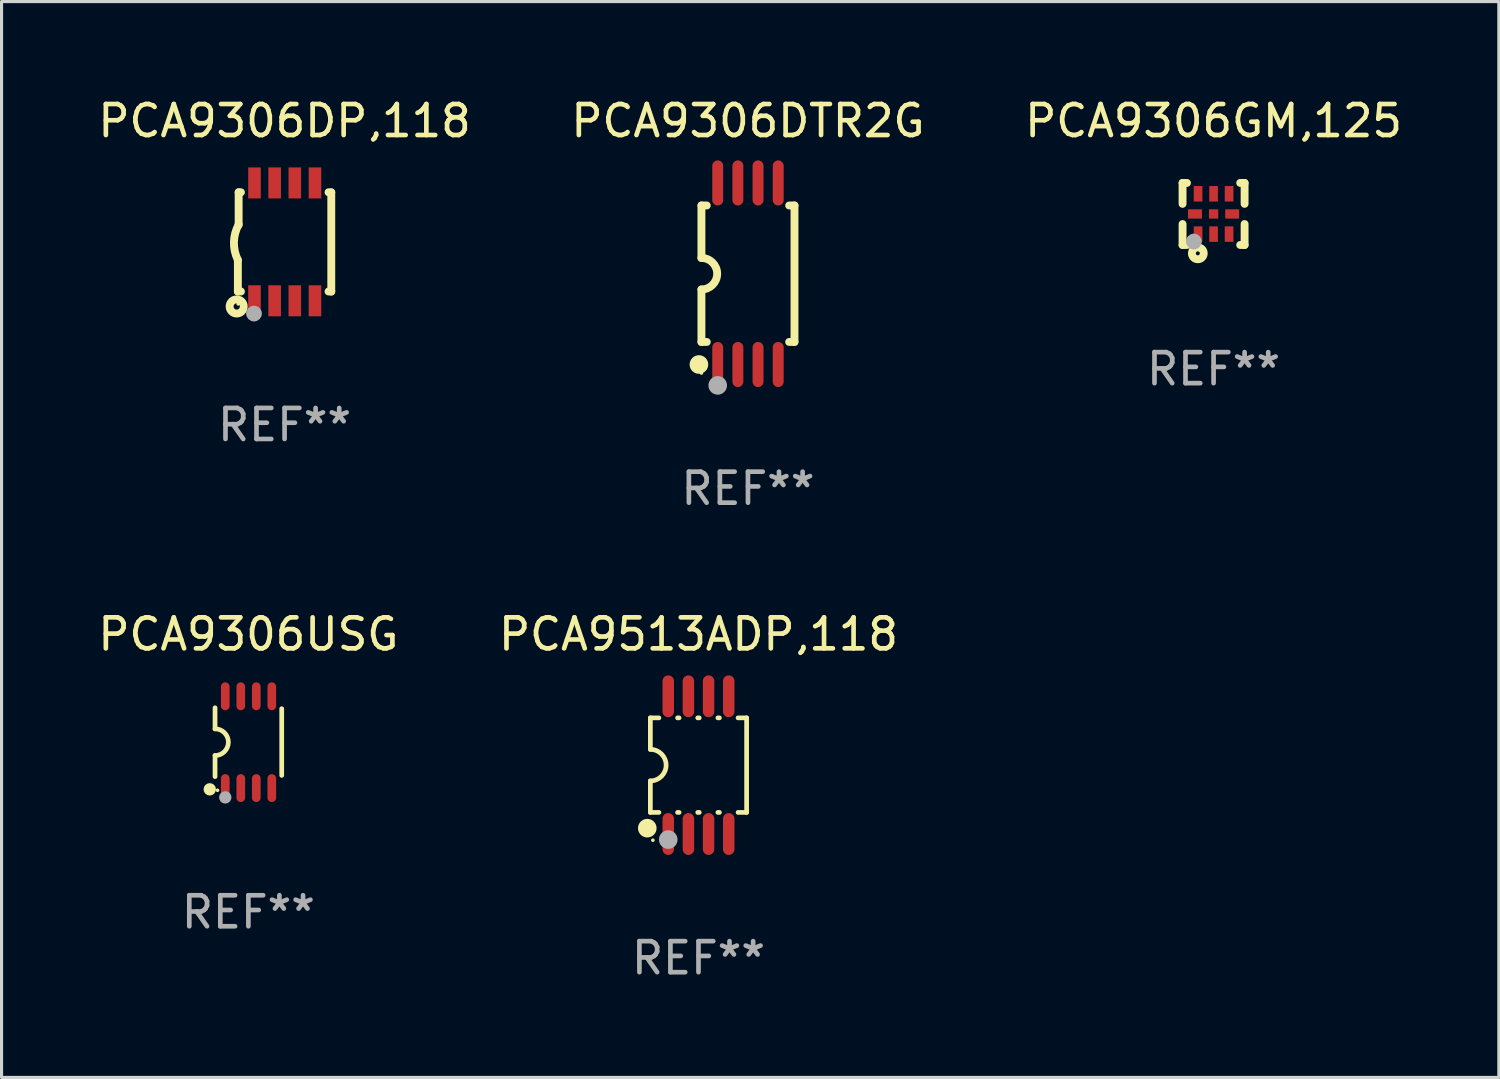
<source format=kicad_pcb>
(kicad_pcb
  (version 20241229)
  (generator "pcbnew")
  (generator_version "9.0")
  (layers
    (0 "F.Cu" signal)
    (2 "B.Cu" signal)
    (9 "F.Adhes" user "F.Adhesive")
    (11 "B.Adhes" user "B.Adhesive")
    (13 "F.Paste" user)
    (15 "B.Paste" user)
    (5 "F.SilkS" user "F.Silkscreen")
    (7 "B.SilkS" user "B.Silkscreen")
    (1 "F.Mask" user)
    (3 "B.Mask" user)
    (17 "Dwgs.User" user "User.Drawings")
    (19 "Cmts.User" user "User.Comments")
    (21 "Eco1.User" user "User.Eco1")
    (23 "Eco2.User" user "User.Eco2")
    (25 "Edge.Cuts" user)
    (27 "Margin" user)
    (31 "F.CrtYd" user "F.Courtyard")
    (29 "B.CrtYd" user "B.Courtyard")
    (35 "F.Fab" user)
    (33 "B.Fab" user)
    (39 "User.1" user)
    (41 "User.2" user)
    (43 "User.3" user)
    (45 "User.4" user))
  (footprint "PCA9306GM,125"
    (layer "F.Cu")
    (at 36.077 3.848)
    (property "Reference" "PCA9306GM,125" (at 0 -3 0) (layer "F.SilkS") (effects (font (size 1 1) (thickness 0.15))))
    (attr through_hole)
    (fp_line (start -1 -1) (end -0.858 -1) (stroke (width 0.254) (type solid)) (layer "F.SilkS"))
    (fp_line (start -1 -0.325) (end -1 -1) (stroke (width 0.254) (type solid)) (layer "F.SilkS"))
    (fp_line (start -1 1) (end -1 0.325) (stroke (width 0.254) (type solid)) (layer "F.SilkS"))
    (fp_line (start -0.858 1) (end -1 1) (stroke (width 0.254) (type solid)) (layer "F.SilkS"))
    (fp_line (start 0.858 -1) (end 1 -1) (stroke (width 0.254) (type solid)) (layer "F.SilkS"))
    (fp_line (start 1 -1) (end 1 -0.325) (stroke (width 0.254) (type solid)) (layer "F.SilkS"))
    (fp_line (start 1 0.325) (end 1 1) (stroke (width 0.254) (type solid)) (layer "F.SilkS"))
    (fp_line (start 1 1) (end 0.858 1) (stroke (width 0.254) (type solid)) (layer "F.SilkS"))
    (fp_circle (center -0.8 0.8) (end -0.77 0.8) (stroke (width 0.06) (type solid)) (fill no) (layer "F.SilkS"))
    (fp_circle (center -0.508 1.27) (end -0.444 1.27) (stroke (width 0.254) (type solid)) (fill no) (layer "F.SilkS"))
    (fp_circle (center -0.635 0.889) (end -0.508 0.889) (stroke (width 0.254) (type solid)) (fill no) (layer "F.Fab"))
    (fp_text user "REF**" (at 0 5 0) (layer "F.Fab") (effects (font (size 1 1) (thickness 0.15))))
    (pad "1" smd rect (at -0.5 0.65 90) (size 0.5 0.28) (layers "F.Cu" "F.Mask" "F.Paste"))
    (pad "2" smd rect (at 0.000013 0.65 90) (size 0.5 0.28) (layers "F.Cu" "F.Mask" "F.Paste"))
    (pad "3" smd rect (at 0.5 0.65 90) (size 0.5 0.28) (layers "F.Cu" "F.Mask" "F.Paste"))
    (pad "4" smd rect (at 0.6 0.000076 180) (size 0.45 0.3) (layers "F.Cu" "F.Mask" "F.Paste"))
    (pad "5" smd rect (at 0.5 -0.65 90) (size 0.5 0.28) (layers "F.Cu" "F.Mask" "F.Paste"))
    (pad "6" smd rect (at 0.000013 -0.65 90) (size 0.5 0.28) (layers "F.Cu" "F.Mask" "F.Paste"))
    (pad "7" smd rect (at -0.5 -0.65 90) (size 0.5 0.28) (layers "F.Cu" "F.Mask" "F.Paste"))
    (pad "8" smd rect (at -0.6 0.000076 180) (size 0.45 0.3) (layers "F.Cu" "F.Mask" "F.Paste"))
    (pad "9" smd rect (at 0.000013 0.000076 180) (size 0.3 0.3) (layers "F.Cu" "F.Mask" "F.Paste")))
  (footprint "PCA9306DP,118"
    (layer "F.Cu")
    (at 6.125 4.748)
    (property "Reference" "PCA9306DP,118" (at 0 -3.9 0) (layer "F.SilkS") (effects (font (size 1 1) (thickness 0.15))))
    (attr through_hole)
    (fp_line (start -1.506 1.6) (end -1.506 0.584) (stroke (width 0.254) (type solid)) (layer "F.SilkS"))
    (fp_line (start -1.506 1.6) (end -1.407 1.6) (stroke (width 0.254) (type solid)) (layer "F.SilkS"))
    (fp_line (start -1.481 -1.599) (end -1.481 -0.549) (stroke (width 0.254) (type solid)) (layer "F.SilkS"))
    (fp_line (start -1.481 -1.599) (end -1.407 -1.599) (stroke (width 0.254) (type solid)) (layer "F.SilkS"))
    (fp_line (start 1.417 -1.599) (end 1.506 -1.599) (stroke (width 0.254) (type solid)) (layer "F.SilkS"))
    (fp_line (start 1.417 1.6) (end 1.506 1.6) (stroke (width 0.254) (type solid)) (layer "F.SilkS"))
    (fp_line (start 1.506 1.603) (end 1.506 -1.595) (stroke (width 0.254) (type solid)) (layer "F.SilkS"))
    (fp_arc (start -1.506223 0.584328) (mid -1.632455 0.00974) (end -1.480823 -0.558674) (stroke (width 0.254001) (type solid)) (layer "F.SilkS"))
    (fp_circle (center -1.544 2.083) (end -1.443 2.083) (stroke (width 0.254) (type solid)) (fill no) (layer "F.SilkS"))
    (fp_circle (center -1.495 2) (end -1.465 2) (stroke (width 0.06) (type solid)) (fill no) (layer "F.SilkS"))
    (fp_circle (center -0.986 2.312) (end -0.859 2.312) (stroke (width 0.254) (type solid)) (fill no) (layer "F.Fab"))
    (fp_text user "REF**" (at 0 5.9 0) (layer "F.Fab") (effects (font (size 1 1) (thickness 0.15))))
    (pad "1" smd rect (at -0.97 1.9 90) (size 1 0.406) (layers "F.Cu" "F.Mask" "F.Paste"))
    (pad "2" smd rect (at -0.32 1.9 90) (size 1 0.406) (layers "F.Cu" "F.Mask" "F.Paste"))
    (pad "3" smd rect (at 0.33 1.9 90) (size 1 0.406) (layers "F.Cu" "F.Mask" "F.Paste"))
    (pad "4" smd rect (at 0.98 1.9 90) (size 1 0.406) (layers "F.Cu" "F.Mask" "F.Paste"))
    (pad "5" smd rect (at 0.98 -1.9 90) (size 1 0.406) (layers "F.Cu" "F.Mask" "F.Paste"))
    (pad "6" smd rect (at 0.33 -1.9 90) (size 1 0.406) (layers "F.Cu" "F.Mask" "F.Paste"))
    (pad "7" smd rect (at -0.32 -1.9 90) (size 1 0.406) (layers "F.Cu" "F.Mask" "F.Paste"))
    (pad "8" smd rect (at -0.97 -1.9 90) (size 1 0.406) (layers "F.Cu" "F.Mask" "F.Paste")))
  (footprint "PCA9306USG"
    (layer "F.Cu")
    (at 4.958 20.879)
    (property "Reference" "PCA9306USG" (at 0 -3.48 0) (layer "F.SilkS") (effects (font (size 1 1) (thickness 0.15))))
    (attr through_hole)
    (fp_line (start -1.075 -1.11) (end -1.075 -0.43) (stroke (width 0.152) (type solid)) (layer "F.SilkS"))
    (fp_line (start -1.075 1.11) (end -1.075 0.43) (stroke (width 0.152) (type solid)) (layer "F.SilkS"))
    (fp_line (start 1.075 -1.08) (end 1.075 1.07) (stroke (width 0.152) (type solid)) (layer "F.SilkS"))
    (fp_arc (start -1.075272 -0.430531) (mid -0.645021 -0.000431) (end -1.074994 0.429947) (stroke (width 0.151994) (type solid)) (layer "F.SilkS"))
    (fp_circle (center -1.245 1.52) (end -1.145 1.52) (stroke (width 0.2) (type solid)) (fill no) (layer "F.SilkS"))
    (fp_circle (center -0.995 1.55) (end -0.965 1.55) (stroke (width 0.06) (type solid)) (fill no) (layer "F.SilkS"))
    (fp_circle (center -0.745 1.78) (end -0.645 1.78) (stroke (width 0.2) (type solid)) (fill no) (layer "F.Fab"))
    (fp_text user "REF**" (at 0 5.48 0) (layer "F.Fab") (effects (font (size 1 1) (thickness 0.15))))
    (pad "1" smd oval (at -0.745 1.48) (size 0.28 0.9) (layers "F.Cu" "F.Mask" "F.Paste"))
    (pad "2" smd oval (at -0.245 1.48) (size 0.28 0.9) (layers "F.Cu" "F.Mask" "F.Paste"))
    (pad "3" smd oval (at 0.255 1.48) (size 0.28 0.9) (layers "F.Cu" "F.Mask" "F.Paste"))
    (pad "4" smd oval (at 0.755 1.48) (size 0.28 0.9) (layers "F.Cu" "F.Mask" "F.Paste"))
    (pad "5" smd oval (at 0.755 -1.48) (size 0.28 0.9) (layers "F.Cu" "F.Mask" "F.Paste"))
    (pad "6" smd oval (at 0.255 -1.48) (size 0.28 0.9) (layers "F.Cu" "F.Mask" "F.Paste"))
    (pad "7" smd oval (at -0.245 -1.48) (size 0.28 0.9) (layers "F.Cu" "F.Mask" "F.Paste"))
    (pad "8" smd oval (at -0.745 -1.48) (size 0.28 0.9) (layers "F.Cu" "F.Mask" "F.Paste")))
  (footprint "PCA9513ADP,118"
    (layer "F.Cu")
    (at 19.47 21.619)
    (property "Reference" "PCA9513ADP,118" (at 0 -4.22 0) (layer "F.SilkS") (effects (font (size 1 1) (thickness 0.15))))
    (attr through_hole)
    (fp_line (start -1.552 -1.524) (end -1.276 -1.524) (stroke (width 0.152) (type solid)) (layer "F.SilkS"))
    (fp_line (start -1.552 -0.508) (end -1.552 -1.524) (stroke (width 0.152) (type solid)) (layer "F.SilkS"))
    (fp_line (start -1.552 1.524) (end -1.552 0.508) (stroke (width 0.152) (type solid)) (layer "F.SilkS"))
    (fp_line (start -1.552 1.524) (end -1.276 1.524) (stroke (width 0.152) (type solid)) (layer "F.SilkS"))
    (fp_line (start -0.674 -1.524) (end -0.626 -1.524) (stroke (width 0.152) (type solid)) (layer "F.SilkS"))
    (fp_line (start -0.674 1.524) (end -0.626 1.524) (stroke (width 0.152) (type solid)) (layer "F.SilkS"))
    (fp_line (start -0.024 -1.524) (end 0.024 -1.524) (stroke (width 0.152) (type solid)) (layer "F.SilkS"))
    (fp_line (start -0.024 1.524) (end 0.024 1.524) (stroke (width 0.152) (type solid)) (layer "F.SilkS"))
    (fp_line (start 0.626 -1.524) (end 0.674 -1.524) (stroke (width 0.152) (type solid)) (layer "F.SilkS"))
    (fp_line (start 0.626 1.524) (end 0.674 1.524) (stroke (width 0.152) (type solid)) (layer "F.SilkS"))
    (fp_line (start 1.276 1.524) (end 1.552 1.524) (stroke (width 0.152) (type solid)) (layer "F.SilkS"))
    (fp_line (start 1.276 -1.524) (end 1.552 -1.524) (stroke (width 0.152) (type solid)) (layer "F.SilkS"))
    (fp_line (start 1.552 -1.524) (end 1.552 1.524) (stroke (width 0.152) (type solid)) (layer "F.SilkS"))
    (fp_arc (start -1.551943 -0.508001) (mid -1.043942 0) (end -1.551943 0.508001) (stroke (width 0.151994) (type solid)) (layer "F.SilkS"))
    (fp_circle (center -1.651 2.032) (end -1.501 2.032) (stroke (width 0.3) (type solid)) (fill no) (layer "F.SilkS"))
    (fp_circle (center -1.47 2.42) (end -1.44 2.42) (stroke (width 0.06) (type solid)) (fill no) (layer "F.SilkS"))
    (fp_circle (center -0.975 2.4) (end -0.825 2.4) (stroke (width 0.3) (type solid)) (fill no) (layer "F.Fab"))
    (fp_text user "REF**" (at 0 6.22 0) (layer "F.Fab") (effects (font (size 1 1) (thickness 0.15))))
    (pad "1" smd oval (at -0.975 2.22) (size 0.37 1.35) (layers "F.Cu" "F.Mask" "F.Paste"))
    (pad "2" smd oval (at -0.325 2.22) (size 0.37 1.35) (layers "F.Cu" "F.Mask" "F.Paste"))
    (pad "3" smd oval (at 0.325 2.22) (size 0.37 1.35) (layers "F.Cu" "F.Mask" "F.Paste"))
    (pad "4" smd oval (at 0.975 2.22) (size 0.37 1.35) (layers "F.Cu" "F.Mask" "F.Paste"))
    (pad "5" smd oval (at 0.975 -2.22) (size 0.37 1.35) (layers "F.Cu" "F.Mask" "F.Paste"))
    (pad "6" smd oval (at 0.325 -2.22) (size 0.37 1.35) (layers "F.Cu" "F.Mask" "F.Paste"))
    (pad "7" smd oval (at -0.325 -2.22) (size 0.37 1.35) (layers "F.Cu" "F.Mask" "F.Paste"))
    (pad "8" smd oval (at -0.975 -2.22) (size 0.37 1.35) (layers "F.Cu" "F.Mask" "F.Paste")))
  (footprint "PCA9306DTR2G"
    (layer "F.Cu")
    (at 21.065 5.775)
    (property "Reference" "PCA9306DTR2G" (at 0 -4.927 0) (layer "F.SilkS") (effects (font (size 1 1) (thickness 0.15))))
    (attr through_hole)
    (fp_line (start -1.5 -2.2) (end -1.5 -0.508) (stroke (width 0.254) (type solid)) (layer "F.SilkS"))
    (fp_line (start -1.5 -2.2) (end -1.328 -2.2) (stroke (width 0.254) (type solid)) (layer "F.SilkS"))
    (fp_line (start -1.5 2.2) (end -1.5 0.508) (stroke (width 0.254) (type solid)) (layer "F.SilkS"))
    (fp_line (start -1.5 2.2) (end -1.328 2.2) (stroke (width 0.254) (type solid)) (layer "F.SilkS"))
    (fp_line (start 1.328 -2.2) (end 1.5 -2.2) (stroke (width 0.254) (type solid)) (layer "F.SilkS"))
    (fp_line (start 1.328 2.2) (end 1.5 2.2) (stroke (width 0.254) (type solid)) (layer "F.SilkS"))
    (fp_line (start 1.5 -2.2) (end 1.5 2.2) (stroke (width 0.254) (type solid)) (layer "F.SilkS"))
    (fp_arc (start -1.501144 -0.508) (mid -0.993143 -0.000571) (end -1.5 0.508001) (stroke (width 0.254001) (type solid)) (layer "F.SilkS"))
    (fp_circle (center -1.581 2.927) (end -1.431 2.927) (stroke (width 0.3) (type solid)) (fill no) (layer "F.SilkS"))
    (fp_circle (center -1.5 3.2) (end -1.47 3.2) (stroke (width 0.06) (type solid)) (fill no) (layer "F.SilkS"))
    (fp_circle (center -0.975 3.6) (end -0.825 3.6) (stroke (width 0.3) (type solid)) (fill no) (layer "F.Fab"))
    (fp_text user "REF**" (at 0 6.927 0) (layer "F.Fab") (effects (font (size 1 1) (thickness 0.15))))
    (pad "1" smd oval (at -0.975 2.927) (size 0.353 1.454) (layers "F.Cu" "F.Mask" "F.Paste"))
    (pad "2" smd oval (at -0.325 2.927) (size 0.353 1.454) (layers "F.Cu" "F.Mask" "F.Paste"))
    (pad "3" smd oval (at 0.325 2.927) (size 0.353 1.454) (layers "F.Cu" "F.Mask" "F.Paste"))
    (pad "4" smd oval (at 0.975 2.927) (size 0.353 1.454) (layers "F.Cu" "F.Mask" "F.Paste"))
    (pad "5" smd oval (at 0.975 -2.927) (size 0.353 1.454) (layers "F.Cu" "F.Mask" "F.Paste"))
    (pad "6" smd oval (at 0.325 -2.927) (size 0.353 1.454) (layers "F.Cu" "F.Mask" "F.Paste"))
    (pad "7" smd oval (at -0.325 -2.927) (size 0.353 1.454) (layers "F.Cu" "F.Mask" "F.Paste"))
    (pad "8" smd oval (at -0.975 -2.927) (size 0.353 1.454) (layers "F.Cu" "F.Mask" "F.Paste")))
  (gr_rect
    (start -3 -3)
    (end 45.274 31.688)
    (stroke (width 0.1) (type default))
    (fill no)
    (layer "Edge.Cuts")))
</source>
